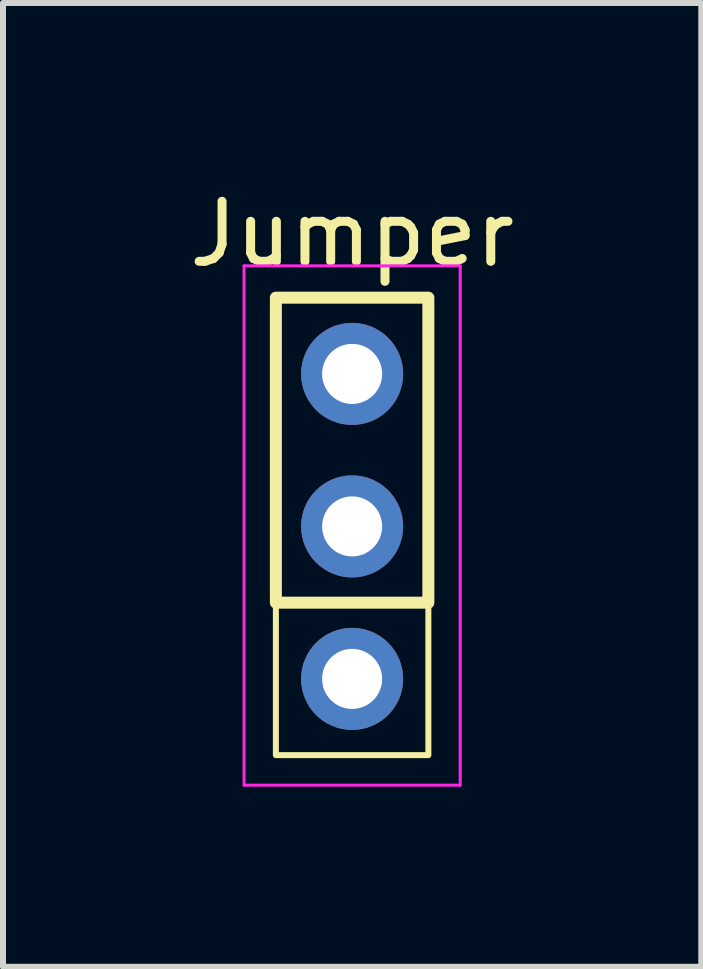
<source format=kicad_pcb>
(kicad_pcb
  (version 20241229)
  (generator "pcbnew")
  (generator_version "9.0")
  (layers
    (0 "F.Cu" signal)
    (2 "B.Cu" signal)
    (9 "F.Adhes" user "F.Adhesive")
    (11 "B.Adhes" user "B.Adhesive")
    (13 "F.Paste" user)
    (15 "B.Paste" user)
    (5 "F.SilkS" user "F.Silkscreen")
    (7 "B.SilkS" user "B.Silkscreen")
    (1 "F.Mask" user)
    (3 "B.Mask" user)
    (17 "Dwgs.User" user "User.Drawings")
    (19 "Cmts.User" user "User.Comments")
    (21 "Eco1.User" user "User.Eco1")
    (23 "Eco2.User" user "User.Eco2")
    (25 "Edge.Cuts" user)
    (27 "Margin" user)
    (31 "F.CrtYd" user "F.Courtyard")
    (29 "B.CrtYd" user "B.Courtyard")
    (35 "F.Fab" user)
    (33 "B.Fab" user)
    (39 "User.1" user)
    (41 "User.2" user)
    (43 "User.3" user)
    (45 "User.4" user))
  (footprint "Jumper"
    (layer "F.Cu")
    (at 2.815 3.178)
    (property "Reference" "Jumper" (at 0 -2.33 0) (layer "F.SilkS") (effects (font (size 1 1) (thickness 0.15))))
    (attr through_hole)
    (fp_rect (start -1.27 -1.27) (end 1.27 3.81) (stroke (width 0.2) (type default)) (fill no) (layer "F.SilkS"))
    (fp_rect (start -1.27 -1.27) (end 1.27 6.35) (stroke (width 0.1) (type default)) (fill no) (layer "F.SilkS"))
    (fp_line (start -1.8 -1.8) (end -1.8 6.85) (stroke (width 0.05) (type solid)) (layer "F.CrtYd"))
    (fp_line (start -1.8 6.85) (end 1.8 6.85) (stroke (width 0.05) (type solid)) (layer "F.CrtYd"))
    (fp_line (start 1.8 -1.8) (end -1.8 -1.8) (stroke (width 0.05) (type solid)) (layer "F.CrtYd"))
    (fp_line (start 1.8 6.85) (end 1.8 -1.8) (stroke (width 0.05) (type solid)) (layer "F.CrtYd"))
    (pad "1" thru_hole circle (at 0 0) (size 1.7 1.7) (drill 1) (layers "*.Cu" "*.Mask"))
    (pad "2" thru_hole oval (at 0 2.54) (size 1.7 1.7) (drill 1) (layers "*.Cu" "*.Mask"))
    (pad "3" thru_hole oval (at 0 5.08) (size 1.7 1.7) (drill 1) (layers "*.Cu" "*.Mask")))
  (gr_rect
    (start -3 -3)
    (end 8.631 13.053)
    (stroke (width 0.1) (type default))
    (fill no)
    (layer "Edge.Cuts")))
</source>
